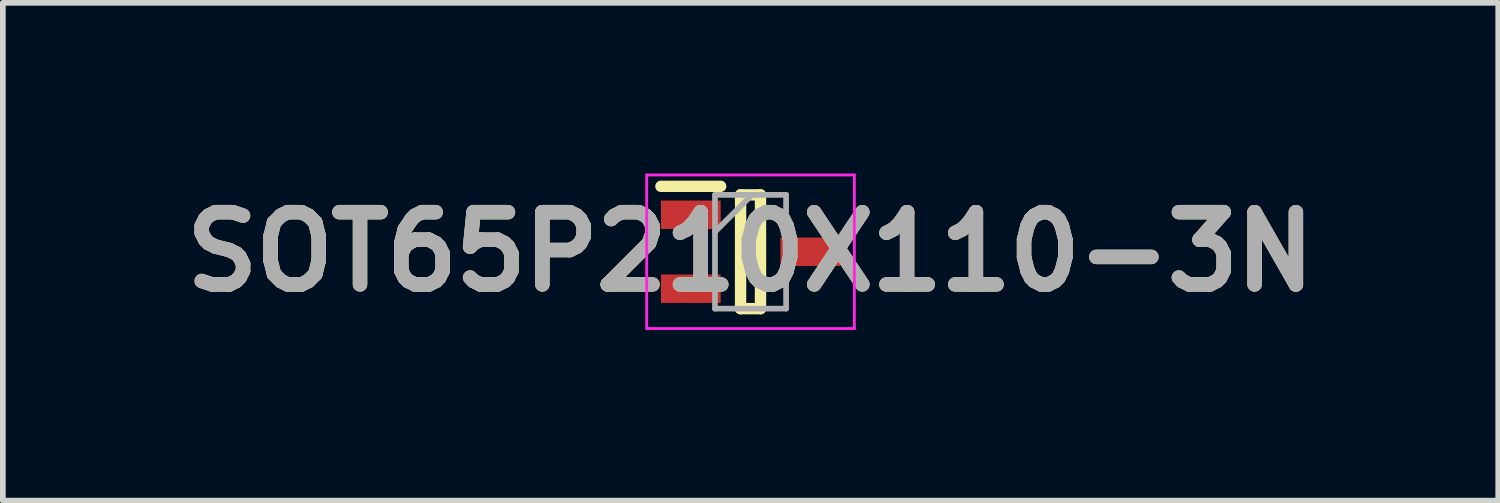
<source format=kicad_pcb>
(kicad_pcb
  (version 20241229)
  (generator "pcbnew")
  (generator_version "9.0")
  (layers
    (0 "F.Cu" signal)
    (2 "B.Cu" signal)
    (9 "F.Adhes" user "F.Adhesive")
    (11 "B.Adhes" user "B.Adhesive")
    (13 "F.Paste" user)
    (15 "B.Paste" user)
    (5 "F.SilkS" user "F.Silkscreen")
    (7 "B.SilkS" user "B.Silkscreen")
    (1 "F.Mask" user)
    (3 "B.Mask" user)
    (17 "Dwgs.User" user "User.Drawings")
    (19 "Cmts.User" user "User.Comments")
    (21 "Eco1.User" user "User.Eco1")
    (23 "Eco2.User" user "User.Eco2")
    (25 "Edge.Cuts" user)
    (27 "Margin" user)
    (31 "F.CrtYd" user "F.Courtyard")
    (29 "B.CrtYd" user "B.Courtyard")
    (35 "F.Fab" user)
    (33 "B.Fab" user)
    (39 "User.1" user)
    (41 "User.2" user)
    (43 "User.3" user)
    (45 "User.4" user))
  (footprint "SOT65P210X110-3N"
    (layer "F.Cu")
    (at 10.142 1.375)
    (property "Reference" "SOT65P210X110-3N" (at 0 0 0) (layer "F.SilkS") (effects (font (size 1.27 1.27) (thickness 0.254))))
    (attr smd)
    (fp_line (start -1.575 -1.15) (end -0.525 -1.15) (stroke (width 0.2) (type solid)) (layer "F.SilkS"))
    (fp_line (start -0.175 -1) (end 0.175 -1) (stroke (width 0.2) (type solid)) (layer "F.SilkS"))
    (fp_line (start -0.175 1) (end -0.175 -1) (stroke (width 0.2) (type solid)) (layer "F.SilkS"))
    (fp_line (start 0.175 -1) (end 0.175 1) (stroke (width 0.2) (type solid)) (layer "F.SilkS"))
    (fp_line (start 0.175 1) (end -0.175 1) (stroke (width 0.2) (type solid)) (layer "F.SilkS"))
    (fp_line (start -1.825 -1.35) (end 1.825 -1.35) (stroke (width 0.05) (type solid)) (layer "F.CrtYd"))
    (fp_line (start -1.825 1.35) (end -1.825 -1.35) (stroke (width 0.05) (type solid)) (layer "F.CrtYd"))
    (fp_line (start 1.825 -1.35) (end 1.825 1.35) (stroke (width 0.05) (type solid)) (layer "F.CrtYd"))
    (fp_line (start 1.825 1.35) (end -1.825 1.35) (stroke (width 0.05) (type solid)) (layer "F.CrtYd"))
    (fp_line (start -0.625 -1) (end 0.625 -1) (stroke (width 0.1) (type solid)) (layer "F.Fab"))
    (fp_line (start -0.625 -0.35) (end 0.025 -1) (stroke (width 0.1) (type solid)) (layer "F.Fab"))
    (fp_line (start -0.625 1) (end -0.625 -1) (stroke (width 0.1) (type solid)) (layer "F.Fab"))
    (fp_line (start 0.625 -1) (end 0.625 1) (stroke (width 0.1) (type solid)) (layer "F.Fab"))
    (fp_line (start 0.625 1) (end -0.625 1) (stroke (width 0.1) (type solid)) (layer "F.Fab"))
    (fp_text user "${REFERENCE}" (at 0 0 0) (layer "F.Fab") (effects (font (size 1.27 1.27) (thickness 0.254))))
    (pad "1" smd rect (at -1.05 -0.65 90) (size 0.5 1.05) (layers "F.Cu" "F.Mask" "F.Paste"))
    (pad "2" smd rect (at -1.05 0.65 90) (size 0.5 1.05) (layers "F.Cu" "F.Mask" "F.Paste"))
    (pad "3" smd rect (at 1.05 0 90) (size 0.5 1.05) (layers "F.Cu" "F.Mask" "F.Paste")))
  (gr_rect
    (start -3 -3)
    (end 23.284 5.75)
    (stroke (width 0.1) (type default))
    (fill no)
    (layer "Edge.Cuts")))
</source>
